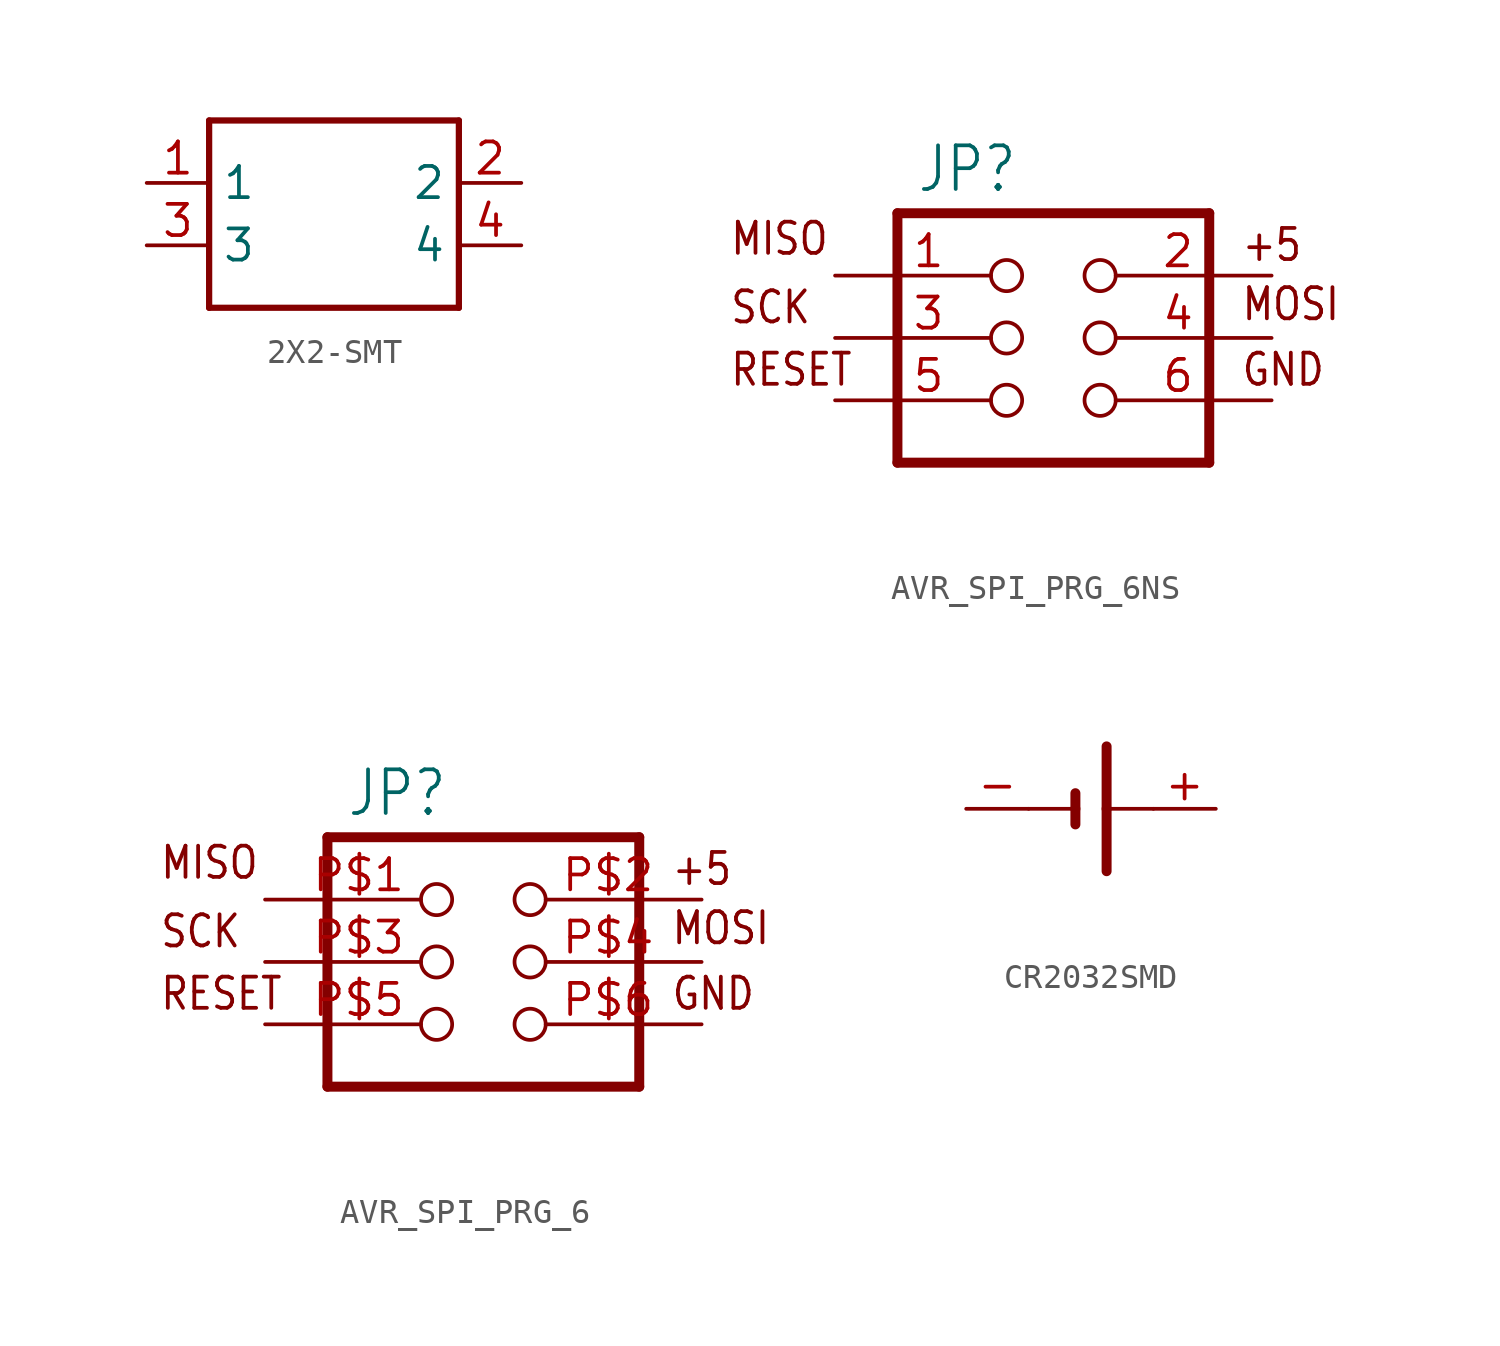
<source format=kicad_sym>
(kicad_symbol_lib
  (version 20231120)
  (generator "kicad_symbol_editor")
  (generator_version "8.0")
  (symbol "2X2-SMT"
    (property "Reference" ""
      (at 0 0 0)
      (effects (font (size 1.27 1.27)) (hide yes)))
    (property "ki_locked" ""
      (at 0 0 0)
      (effects (font (size 1.27 1.27))))
    (symbol "2X2-SMT_1_0"
      (polyline (pts (xy -5.08 -2.54) (xy -5.08 5.08)) (stroke (width 0.254) (type solid)) (fill (type none)))
      (polyline (pts (xy -5.08 5.08) (xy 5.08 5.08)) (stroke (width 0.254) (type solid)) (fill (type none)))
      (polyline (pts (xy 5.08 -2.54) (xy -5.08 -2.54)) (stroke (width 0.254) (type solid)) (fill (type none)))
      (polyline (pts (xy 5.08 5.08) (xy 5.08 -2.54)) (stroke (width 0.254) (type solid)) (fill (type none)))
      (pin bidirectional line (at -7.62 2.54 0) (length 2.54) (name "1" (effects (font (size 1.27 1.27)))) (number "1" (effects (font (size 1.27 1.27)))))
      (pin bidirectional line (at 7.62 2.54 180) (length 2.54) (name "2" (effects (font (size 1.27 1.27)))) (number "2" (effects (font (size 1.27 1.27)))))
      (pin bidirectional line (at -7.62 0 0) (length 2.54) (name "3" (effects (font (size 1.27 1.27)))) (number "3" (effects (font (size 1.27 1.27)))))
      (pin bidirectional line (at 7.62 0 180) (length 2.54) (name "4" (effects (font (size 1.27 1.27)))) (number "4" (effects (font (size 1.27 1.27)))))))
  (symbol "AVR_SPI_PRG_6NS"
    (property "Reference" "JP"
      (at -4.318 5.842 0)
      (effects (font (size 1.778 1.511)) (justify left bottom)))
    (property "Value" ""
      (at -4.064 -7.62 0)
      (effects (font (size 1.778 1.511)) (justify left bottom)))
    (property "ki_locked" ""
      (at 0 0 0)
      (effects (font (size 1.27 1.27))))
    (symbol "AVR_SPI_PRG_6NS_1_0"
      (polyline (pts (xy -5.08 -5.08) (xy 7.62 -5.08)) (stroke (width 0.406) (type solid)) (fill (type none)))
      (polyline (pts (xy -5.08 5.08) (xy -5.08 -5.08)) (stroke (width 0.406) (type solid)) (fill (type none)))
      (polyline (pts (xy 7.62 -5.08) (xy 7.62 5.08)) (stroke (width 0.406) (type solid)) (fill (type none)))
      (polyline (pts (xy 7.62 5.08) (xy -5.08 5.08)) (stroke (width 0.406) (type solid)) (fill (type none)))
      (text "+5" (at 8.89 3.048 0) (effects (font (size 1.27 1.079)) (justify left bottom)))
      (text "GND" (at 8.89 -2.032 0) (effects (font (size 1.27 1.079)) (justify left bottom)))
      (text "MISO" (at -11.938 3.302 0) (effects (font (size 1.27 1.079)) (justify left bottom)))
      (text "MOSI" (at 8.89 0.635 0) (effects (font (size 1.27 1.079)) (justify left bottom)))
      (text "RESET" (at -11.938 -2.032 0) (effects (font (size 1.27 1.079)) (justify left bottom)))
      (text "SCK" (at -11.938 0.508 0) (effects (font (size 1.27 1.079)) (justify left bottom)))
      (pin passive inverted (at -7.62 2.54 0) (length 7.62) (name "1" (effects (font (size 0 0)))) (number "1" (effects (font (size 1.27 1.27)))))
      (pin passive inverted (at 10.16 2.54 180) (length 7.62) (name "2" (effects (font (size 0 0)))) (number "2" (effects (font (size 1.27 1.27)))))
      (pin passive inverted (at -7.62 0 0) (length 7.62) (name "3" (effects (font (size 0 0)))) (number "3" (effects (font (size 1.27 1.27)))))
      (pin passive inverted (at 10.16 0 180) (length 7.62) (name "4" (effects (font (size 0 0)))) (number "4" (effects (font (size 1.27 1.27)))))
      (pin passive inverted (at -7.62 -2.54 0) (length 7.62) (name "5" (effects (font (size 0 0)))) (number "5" (effects (font (size 1.27 1.27)))))
      (pin passive inverted (at 10.16 -2.54 180) (length 7.62) (name "6" (effects (font (size 0 0)))) (number "6" (effects (font (size 1.27 1.27)))))))
  (symbol "AVR_SPI_PRG_6"
    (property "Reference" "JP"
      (at -4.318 5.842 0)
      (effects (font (size 1.778 1.511)) (justify left bottom)))
    (property "Value" ""
      (at -4.064 -7.62 0)
      (effects (font (size 1.778 1.511)) (justify left bottom)))
    (property "ki_locked" ""
      (at 0 0 0)
      (effects (font (size 1.27 1.27))))
    (symbol "AVR_SPI_PRG_6_1_0"
      (polyline (pts (xy -5.08 -5.08) (xy 7.62 -5.08)) (stroke (width 0.406) (type solid)) (fill (type none)))
      (polyline (pts (xy -5.08 5.08) (xy -5.08 -5.08)) (stroke (width 0.406) (type solid)) (fill (type none)))
      (polyline (pts (xy 7.62 -5.08) (xy 7.62 5.08)) (stroke (width 0.406) (type solid)) (fill (type none)))
      (polyline (pts (xy 7.62 5.08) (xy -5.08 5.08)) (stroke (width 0.406) (type solid)) (fill (type none)))
      (text "+5" (at 8.89 3.048 0) (effects (font (size 1.27 1.079)) (justify left bottom)))
      (text "GND" (at 8.89 -2.032 0) (effects (font (size 1.27 1.079)) (justify left bottom)))
      (text "MISO" (at -11.938 3.302 0) (effects (font (size 1.27 1.079)) (justify left bottom)))
      (text "MOSI" (at 8.89 0.635 0) (effects (font (size 1.27 1.079)) (justify left bottom)))
      (text "RESET" (at -11.938 -2.032 0) (effects (font (size 1.27 1.079)) (justify left bottom)))
      (text "SCK" (at -11.938 0.508 0) (effects (font (size 1.27 1.079)) (justify left bottom)))
      (pin passive inverted (at -7.62 2.54 0) (length 7.62) (name "1" (effects (font (size 0 0)))) (number "P$1" (effects (font (size 1.27 1.27)))))
      (pin passive inverted (at 10.16 2.54 180) (length 7.62) (name "2" (effects (font (size 0 0)))) (number "P$2" (effects (font (size 1.27 1.27)))))
      (pin passive inverted (at -7.62 0 0) (length 7.62) (name "3" (effects (font (size 0 0)))) (number "P$3" (effects (font (size 1.27 1.27)))))
      (pin passive inverted (at 10.16 0 180) (length 7.62) (name "4" (effects (font (size 0 0)))) (number "P$4" (effects (font (size 1.27 1.27)))))
      (pin passive inverted (at -7.62 -2.54 0) (length 7.62) (name "5" (effects (font (size 0 0)))) (number "P$5" (effects (font (size 1.27 1.27)))))
      (pin passive inverted (at 10.16 -2.54 180) (length 7.62) (name "6" (effects (font (size 0 0)))) (number "P$6" (effects (font (size 1.27 1.27)))))))
  (symbol "CR2032SMD"
    (property "Reference" ""
      (at -1.27 3.175 0)
      (effects (font (size 1.778 1.511)) (justify left bottom) (hide yes)))
    (property "Value" ""
      (at -1.27 -5.08 0)
      (effects (font (size 1.778 1.511)) (justify left bottom)))
    (property "ki_locked" ""
      (at 0 0 0)
      (effects (font (size 1.27 1.27))))
    (symbol "CR2032SMD_1_0"
      (polyline (pts (xy -2.54 0) (xy -0.635 0)) (stroke (width 0.152) (type solid)) (fill (type none)))
      (polyline (pts (xy -0.635 0) (xy -0.635 -0.635)) (stroke (width 0.406) (type solid)) (fill (type none)))
      (polyline (pts (xy -0.635 0.635) (xy -0.635 0)) (stroke (width 0.406) (type solid)) (fill (type none)))
      (polyline (pts (xy 0.635 0) (xy 0.635 -2.54)) (stroke (width 0.406) (type solid)) (fill (type none)))
      (polyline (pts (xy 0.635 0) (xy 2.54 0)) (stroke (width 0.152) (type solid)) (fill (type none)))
      (polyline (pts (xy 0.635 2.54) (xy 0.635 0)) (stroke (width 0.406) (type solid)) (fill (type none)))
      (pin passive line (at 5.08 0 180) (length 2.54) (name "+" (effects (font (size 0 0)))) (number "+" (effects (font (size 1.27 1.27)))))
      (pin passive line (at -5.08 0 0) (length 2.54) (name "-" (effects (font (size 0 0)))) (number "-" (effects (font (size 1.27 1.27))))))))
</source>
